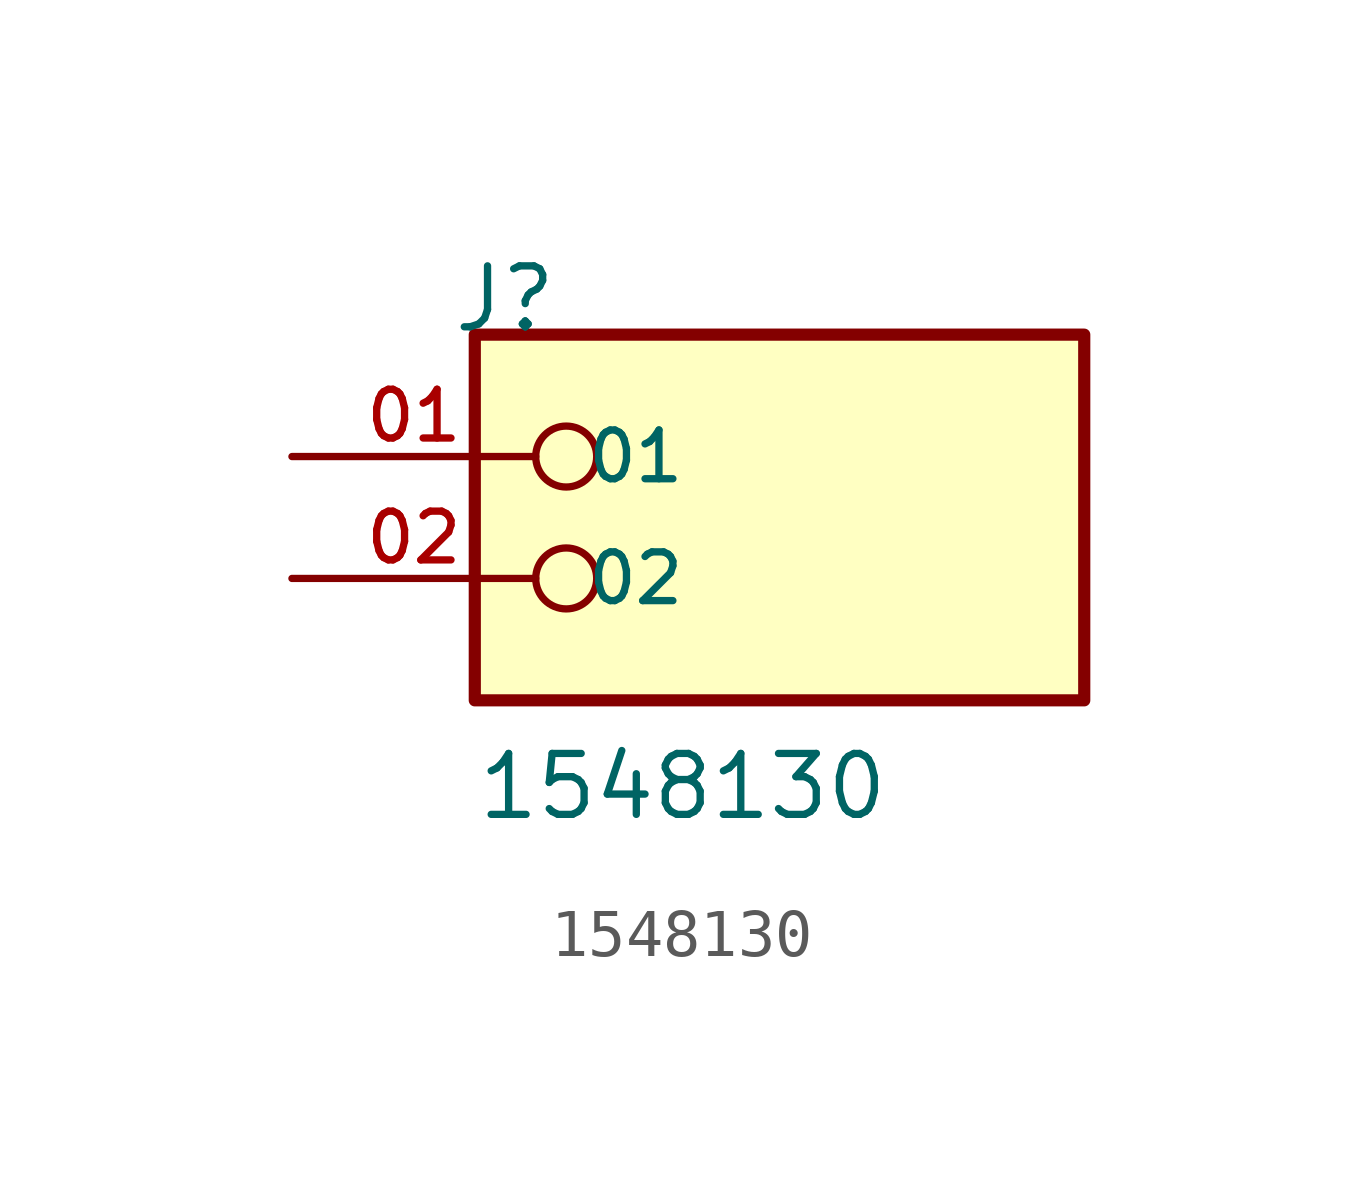
<source format=kicad_sym>
(kicad_symbol_lib
  (version 20211014)
  (generator kicad_symbol_editor)
  (symbol "1548130"
    (pin_names
      (offset 1.016))
    (property "Reference" "J"
      (at -6.85 5.08 0)
      (effects (font (size 1.27 1.27)) (justify bottom left)))
    (property "Value" "1548130"
      (at -6.35 -5.08 0)
      (effects (font (size 1.27 1.27)) (justify bottom left)))
    (symbol "1548130_0_0"
      (circle (center -4.445 2.54) (radius 0.635) (stroke (width 0.152)) (fill (type none)))
      (circle (center -4.445 0.0) (radius 0.635) (stroke (width 0.152)) (fill (type none)))
      (rectangle (start -6.35 -2.54) (end 6.35 5.08) (stroke (width 0.254)) (fill (type background)))
      (pin passive line (at -10.16 2.54 0) (length 5.08) (name "01" (effects (font (size 1.016 1.016)))) (number "01" (effects (font (size 1.016 1.016)))))
      (pin passive line (at -10.16 0.0 0) (length 5.08) (name "02" (effects (font (size 1.016 1.016)))) (number "02" (effects (font (size 1.016 1.016))))))))
</source>
